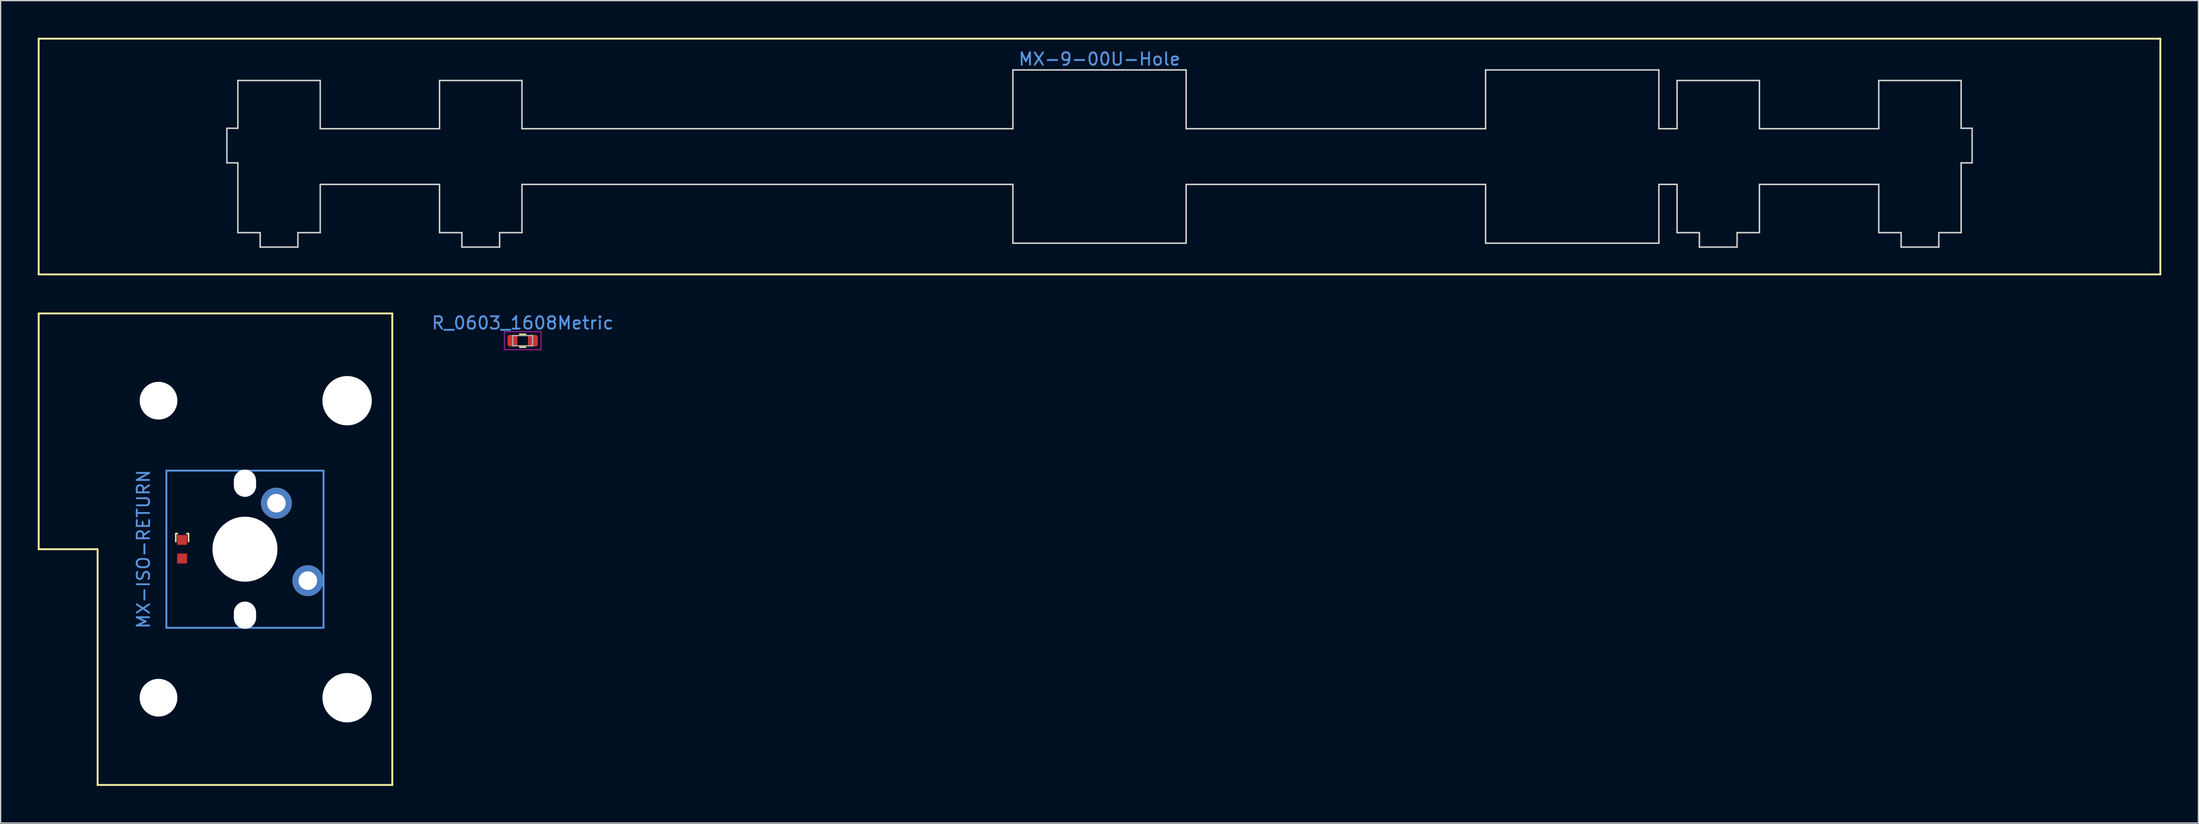
<source format=kicad_pcb>
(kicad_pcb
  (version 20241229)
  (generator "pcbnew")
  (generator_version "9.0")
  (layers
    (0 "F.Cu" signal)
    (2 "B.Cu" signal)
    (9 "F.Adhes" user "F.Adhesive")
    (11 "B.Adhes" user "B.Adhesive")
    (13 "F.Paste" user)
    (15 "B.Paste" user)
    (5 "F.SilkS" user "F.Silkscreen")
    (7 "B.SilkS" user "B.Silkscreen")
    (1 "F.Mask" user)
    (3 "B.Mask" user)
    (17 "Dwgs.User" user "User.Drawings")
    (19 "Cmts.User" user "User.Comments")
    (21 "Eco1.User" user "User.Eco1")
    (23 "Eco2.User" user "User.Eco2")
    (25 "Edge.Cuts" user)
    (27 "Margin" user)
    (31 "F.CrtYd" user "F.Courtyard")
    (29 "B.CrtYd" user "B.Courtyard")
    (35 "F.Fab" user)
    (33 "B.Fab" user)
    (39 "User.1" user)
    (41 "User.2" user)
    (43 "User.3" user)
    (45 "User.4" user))
  (footprint "R_0603_1608Metric"
    (layer "F.Cu")
    (at 39.186 24.478)
    (property "Reference" "R_0603_1608Metric" (at 0 -1.43 0) (layer "Cmts.User") (effects (font (size 1 1) (thickness 0.15))))
    (attr smd)
    (fp_line (start -0.237 -0.522) (end 0.237 -0.522) (stroke (width 0.12) (type solid)) (layer "F.SilkS"))
    (fp_line (start -0.237 0.522) (end 0.237 0.522) (stroke (width 0.12) (type solid)) (layer "F.SilkS"))
    (fp_line (start -1.48 -0.73) (end 1.48 -0.73) (stroke (width 0.05) (type solid)) (layer "F.CrtYd"))
    (fp_line (start -1.48 0.73) (end -1.48 -0.73) (stroke (width 0.05) (type solid)) (layer "F.CrtYd"))
    (fp_line (start 1.48 -0.73) (end 1.48 0.73) (stroke (width 0.05) (type solid)) (layer "F.CrtYd"))
    (fp_line (start 1.48 0.73) (end -1.48 0.73) (stroke (width 0.05) (type solid)) (layer "F.CrtYd"))
    (fp_line (start -0.8 -0.412) (end 0.8 -0.412) (stroke (width 0.1) (type solid)) (layer "F.Fab"))
    (fp_line (start -0.8 0.412) (end -0.8 -0.412) (stroke (width 0.1) (type solid)) (layer "F.Fab"))
    (fp_line (start 0.8 -0.412) (end 0.8 0.412) (stroke (width 0.1) (type solid)) (layer "F.Fab"))
    (fp_line (start 0.8 0.412) (end -0.8 0.412) (stroke (width 0.1) (type solid)) (layer "F.Fab"))
    (pad "1" smd roundrect (at -0.825 0) (size 0.8 0.95) (layers "F.Cu" "F.Mask" "F.Paste") (roundrect_rratio 0.25))
    (pad "2" smd roundrect (at 0.825 0) (size 0.8 0.95) (layers "F.Cu" "F.Mask" "F.Paste") (roundrect_rratio 0.25)))
  (footprint "MX-9-00U-Hole"
    (layer "F.Cu")
    (at 85.8 9.6)
    (property "Reference" "MX-9-00U-Hole" (at 0 -7.874 0) (layer "Cmts.User") (effects (font (size 1 1) (thickness 0.15))))
    (attr through_hole)
    (fp_line (start -85.725 -9.525) (end 85.725 -9.525) (stroke (width 0.15) (type solid)) (layer "F.SilkS"))
    (fp_line (start -85.725 9.525) (end -85.725 -9.525) (stroke (width 0.15) (type solid)) (layer "F.SilkS"))
    (fp_line (start 85.725 -9.525) (end 85.725 9.525) (stroke (width 0.15) (type solid)) (layer "F.SilkS"))
    (fp_line (start 85.725 9.525) (end -85.725 9.525) (stroke (width 0.15) (type solid)) (layer "F.SilkS"))
    (fp_line (start -70.516 -2.286) (end -70.516 0.508) (stroke (width 0.12) (type solid)) (layer "Edge.Cuts"))
    (fp_line (start -69.63 -6.147) (end -69.63 -2.286) (stroke (width 0.12) (type solid)) (layer "Edge.Cuts"))
    (fp_line (start -69.63 -2.286) (end -70.516 -2.286) (stroke (width 0.12) (type solid)) (layer "Edge.Cuts"))
    (fp_line (start -69.63 0.508) (end -70.516 0.508) (stroke (width 0.12) (type solid)) (layer "Edge.Cuts"))
    (fp_line (start -69.63 0.508) (end -69.63 6.147) (stroke (width 0.12) (type solid)) (layer "Edge.Cuts"))
    (fp_line (start -67.824 6.147) (end -69.63 6.147) (stroke (width 0.12) (type solid)) (layer "Edge.Cuts"))
    (fp_line (start -67.824 6.147) (end -67.824 7.315) (stroke (width 0.12) (type solid)) (layer "Edge.Cuts"))
    (fp_line (start -64.776 6.147) (end -64.776 7.315) (stroke (width 0.12) (type solid)) (layer "Edge.Cuts"))
    (fp_line (start -64.776 7.315) (end -67.824 7.315) (stroke (width 0.12) (type solid)) (layer "Edge.Cuts"))
    (fp_line (start -62.973 -6.147) (end -69.627 -6.147) (stroke (width 0.12) (type solid)) (layer "Edge.Cuts"))
    (fp_line (start -62.973 -6.147) (end -62.973 -2.25) (stroke (width 0.12) (type solid)) (layer "Edge.Cuts"))
    (fp_line (start -62.973 -2.25) (end -53.33 -2.25) (stroke (width 0.12) (type solid)) (layer "Edge.Cuts"))
    (fp_line (start -62.973 2.25) (end -53.33 2.25) (stroke (width 0.12) (type solid)) (layer "Edge.Cuts"))
    (fp_line (start -62.973 6.147) (end -64.779 6.147) (stroke (width 0.12) (type solid)) (layer "Edge.Cuts"))
    (fp_line (start -62.973 6.147) (end -62.973 2.25) (stroke (width 0.12) (type solid)) (layer "Edge.Cuts"))
    (fp_line (start -53.33 -6.147) (end -53.33 -2.25) (stroke (width 0.12) (type solid)) (layer "Edge.Cuts"))
    (fp_line (start -53.33 2.25) (end -53.33 6.147) (stroke (width 0.12) (type solid)) (layer "Edge.Cuts"))
    (fp_line (start -51.524 6.147) (end -53.33 6.147) (stroke (width 0.12) (type solid)) (layer "Edge.Cuts"))
    (fp_line (start -51.524 6.147) (end -51.524 7.315) (stroke (width 0.12) (type solid)) (layer "Edge.Cuts"))
    (fp_line (start -48.476 6.147) (end -48.476 7.315) (stroke (width 0.12) (type solid)) (layer "Edge.Cuts"))
    (fp_line (start -48.476 7.315) (end -51.524 7.315) (stroke (width 0.12) (type solid)) (layer "Edge.Cuts"))
    (fp_line (start -46.673 -6.147) (end -53.327 -6.147) (stroke (width 0.12) (type solid)) (layer "Edge.Cuts"))
    (fp_line (start -46.673 -6.147) (end -46.673 -2.25) (stroke (width 0.12) (type solid)) (layer "Edge.Cuts"))
    (fp_line (start -46.673 -2.25) (end -7 -2.25) (stroke (width 0.12) (type solid)) (layer "Edge.Cuts"))
    (fp_line (start -46.673 2.25) (end -7 2.25) (stroke (width 0.12) (type solid)) (layer "Edge.Cuts"))
    (fp_line (start -46.673 6.147) (end -48.479 6.147) (stroke (width 0.12) (type solid)) (layer "Edge.Cuts"))
    (fp_line (start -46.673 6.147) (end -46.673 2.25) (stroke (width 0.12) (type solid)) (layer "Edge.Cuts"))
    (fp_line (start -7 -7) (end -7 -2.25) (stroke (width 0.12) (type solid)) (layer "Edge.Cuts"))
    (fp_line (start -7 -7) (end 7 -7) (stroke (width 0.12) (type solid)) (layer "Edge.Cuts"))
    (fp_line (start -7 7) (end -7 2.25) (stroke (width 0.12) (type solid)) (layer "Edge.Cuts"))
    (fp_line (start -7 7) (end 7 7) (stroke (width 0.12) (type solid)) (layer "Edge.Cuts"))
    (fp_line (start 7 -7) (end 7 -2.25) (stroke (width 0.12) (type solid)) (layer "Edge.Cuts"))
    (fp_line (start 7 7) (end 7 2.25) (stroke (width 0.12) (type solid)) (layer "Edge.Cuts"))
    (fp_line (start 31.2 -7) (end 31.2 -2.25) (stroke (width 0.12) (type default)) (layer "Edge.Cuts"))
    (fp_line (start 31.2 -7) (end 45.2 -7) (stroke (width 0.12) (type solid)) (layer "Edge.Cuts"))
    (fp_line (start 31.2 -2.25) (end 7 -2.25) (stroke (width 0.12) (type solid)) (layer "Edge.Cuts"))
    (fp_line (start 31.2 2.25) (end 7 2.25) (stroke (width 0.12) (type solid)) (layer "Edge.Cuts"))
    (fp_line (start 31.2 2.25) (end 31.2 7) (stroke (width 0.12) (type default)) (layer "Edge.Cuts"))
    (fp_line (start 31.2 7) (end 45.2 7) (stroke (width 0.12) (type solid)) (layer "Edge.Cuts"))
    (fp_line (start 45.2 -7) (end 45.2 -2.25) (stroke (width 0.12) (type default)) (layer "Edge.Cuts"))
    (fp_line (start 45.2 2.25) (end 45.2 7) (stroke (width 0.12) (type default)) (layer "Edge.Cuts"))
    (fp_line (start 46.67 -6.147) (end 46.67 -2.25) (stroke (width 0.12) (type solid)) (layer "Edge.Cuts"))
    (fp_line (start 46.67 -2.25) (end 45.2 -2.25) (stroke (width 0.12) (type solid)) (layer "Edge.Cuts"))
    (fp_line (start 46.67 2.25) (end 45.2 2.25) (stroke (width 0.12) (type solid)) (layer "Edge.Cuts"))
    (fp_line (start 46.67 6.147) (end 46.67 2.25) (stroke (width 0.12) (type solid)) (layer "Edge.Cuts"))
    (fp_line (start 46.67 6.147) (end 48.476 6.147) (stroke (width 0.12) (type solid)) (layer "Edge.Cuts"))
    (fp_line (start 46.673 -6.147) (end 53.327 -6.147) (stroke (width 0.12) (type solid)) (layer "Edge.Cuts"))
    (fp_line (start 48.476 6.147) (end 48.476 7.315) (stroke (width 0.12) (type solid)) (layer "Edge.Cuts"))
    (fp_line (start 48.476 7.315) (end 51.521 7.315) (stroke (width 0.12) (type solid)) (layer "Edge.Cuts"))
    (fp_line (start 51.521 6.147) (end 51.521 7.315) (stroke (width 0.12) (type solid)) (layer "Edge.Cuts"))
    (fp_line (start 51.521 6.147) (end 53.327 6.147) (stroke (width 0.12) (type solid)) (layer "Edge.Cuts"))
    (fp_line (start 53.327 -6.147) (end 53.327 -2.25) (stroke (width 0.12) (type solid)) (layer "Edge.Cuts"))
    (fp_line (start 53.327 2.25) (end 53.327 6.147) (stroke (width 0.12) (type solid)) (layer "Edge.Cuts"))
    (fp_line (start 62.97 -6.147) (end 62.97 -2.25) (stroke (width 0.12) (type solid)) (layer "Edge.Cuts"))
    (fp_line (start 62.97 -2.25) (end 53.327 -2.25) (stroke (width 0.12) (type solid)) (layer "Edge.Cuts"))
    (fp_line (start 62.97 2.25) (end 53.327 2.25) (stroke (width 0.12) (type solid)) (layer "Edge.Cuts"))
    (fp_line (start 62.97 6.147) (end 62.97 2.25) (stroke (width 0.12) (type solid)) (layer "Edge.Cuts"))
    (fp_line (start 62.97 6.147) (end 64.776 6.147) (stroke (width 0.12) (type solid)) (layer "Edge.Cuts"))
    (fp_line (start 62.973 -6.147) (end 69.627 -6.147) (stroke (width 0.12) (type solid)) (layer "Edge.Cuts"))
    (fp_line (start 64.776 6.147) (end 64.776 7.315) (stroke (width 0.12) (type solid)) (layer "Edge.Cuts"))
    (fp_line (start 64.776 7.315) (end 67.821 7.315) (stroke (width 0.12) (type solid)) (layer "Edge.Cuts"))
    (fp_line (start 67.821 6.147) (end 67.821 7.315) (stroke (width 0.12) (type solid)) (layer "Edge.Cuts"))
    (fp_line (start 67.821 6.147) (end 69.627 6.147) (stroke (width 0.12) (type solid)) (layer "Edge.Cuts"))
    (fp_line (start 69.627 -6.147) (end 69.627 -2.286) (stroke (width 0.12) (type solid)) (layer "Edge.Cuts"))
    (fp_line (start 69.627 -2.286) (end 70.514 -2.286) (stroke (width 0.12) (type solid)) (layer "Edge.Cuts"))
    (fp_line (start 69.627 0.508) (end 69.627 6.147) (stroke (width 0.12) (type solid)) (layer "Edge.Cuts"))
    (fp_line (start 69.627 0.508) (end 70.514 0.508) (stroke (width 0.12) (type solid)) (layer "Edge.Cuts"))
    (fp_line (start 70.514 -2.286) (end 70.514 0.508) (stroke (width 0.12) (type solid)) (layer "Edge.Cuts")))
  (footprint "MX-ISO-RETURN"
    (layer "F.Cu")
    (at 11.665 41.326)
    (property "Reference" "MX-ISO-RETURN" (at -3.12 0 90) (layer "Cmts.User") (effects (font (size 1 1) (thickness 0.15))))
    (attr through_hole)
    (fp_line (start -11.589 -19.05) (end 16.986 -19.05) (stroke (width 0.152) (type solid)) (layer "F.SilkS"))
    (fp_line (start -11.589 0) (end -11.589 -19.05) (stroke (width 0.152) (type solid)) (layer "F.SilkS"))
    (fp_line (start -11.589 0) (end -6.826 0) (stroke (width 0.152) (type solid)) (layer "F.SilkS"))
    (fp_line (start -6.826 19.05) (end -6.826 0) (stroke (width 0.152) (type solid)) (layer "F.SilkS"))
    (fp_line (start -0.51 -1.26) (end -0.37 -1.26) (stroke (width 0.12) (type solid)) (layer "F.SilkS"))
    (fp_line (start -0.51 -0.61) (end -0.51 -1.26) (stroke (width 0.12) (type solid)) (layer "F.SilkS"))
    (fp_line (start 0.52 -1.26) (end 0.38 -1.26) (stroke (width 0.12) (type solid)) (layer "F.SilkS"))
    (fp_line (start 0.52 -0.61) (end 0.52 -1.26) (stroke (width 0.12) (type solid)) (layer "F.SilkS"))
    (fp_line (start 16.986 -19.05) (end 16.986 19.05) (stroke (width 0.152) (type solid)) (layer "F.SilkS"))
    (fp_line (start 16.986 19.05) (end -6.826 19.05) (stroke (width 0.152) (type solid)) (layer "F.SilkS"))
    (fp_line (start -1.27 -6.35) (end 11.43 -6.35) (stroke (width 0.152) (type solid)) (layer "Cmts.User"))
    (fp_line (start -1.27 6.35) (end -1.27 -6.35) (stroke (width 0.152) (type solid)) (layer "Cmts.User"))
    (fp_line (start 11.43 -6.35) (end 11.43 6.35) (stroke (width 0.152) (type solid)) (layer "Cmts.User"))
    (fp_line (start 11.43 6.35) (end -1.27 6.35) (stroke (width 0.152) (type solid)) (layer "Cmts.User"))
    (pad "" np_thru_hole circle (at -1.905 -12 270) (size 3.048 3.048) (drill 3.048) (layers "*.Cu" "*.Mask"))
    (pad "" np_thru_hole circle (at -1.905 12 270) (size 3.048 3.048) (drill 3.048) (layers "*.Cu" "*.Mask"))
    (pad "" np_thru_hole oval (at 5.08 -5.33) (size 1.8 2.2) (drill oval 1.8 2.2) (layers "*.Cu" "*.Mask"))
    (pad "" np_thru_hole circle (at 5.08 0 270) (size 5.25 5.25) (drill 5.25) (layers "*.Cu" "*.Mask"))
    (pad "" np_thru_hole oval (at 5.08 5.33) (size 1.8 2.2) (drill oval 1.8 2.2) (layers "*.Cu" "*.Mask"))
    (pad "" np_thru_hole circle (at 13.335 -12 270) (size 3.988 3.988) (drill 3.988) (layers "*.Cu" "*.Mask"))
    (pad "" np_thru_hole circle (at 13.335 12 270) (size 3.988 3.988) (drill 3.988) (layers "*.Cu" "*.Mask"))
    (pad "1" thru_hole circle (at 7.62 -3.72 315) (size 2.5 2.5) (drill 1.499) (layers "*.Cu" "*.Mask"))
    (pad "2" thru_hole circle (at 10.16 2.54 90) (size 2.5 2.5) (drill 1.499) (layers "*.Cu" "*.Mask"))
    (pad "3" smd rect (at 0 -0.75 180) (size 0.8 0.8) (layers "F.Cu" "F.Mask" "F.Paste"))
    (pad "4" smd rect (at 0 0.75 180) (size 0.8 0.8) (layers "F.Cu" "F.Mask" "F.Paste")))
  (gr_rect
    (start -3 -3)
    (end 174.6 63.452)
    (stroke (width 0.1) (type default))
    (fill no)
    (layer "Edge.Cuts")))
</source>
